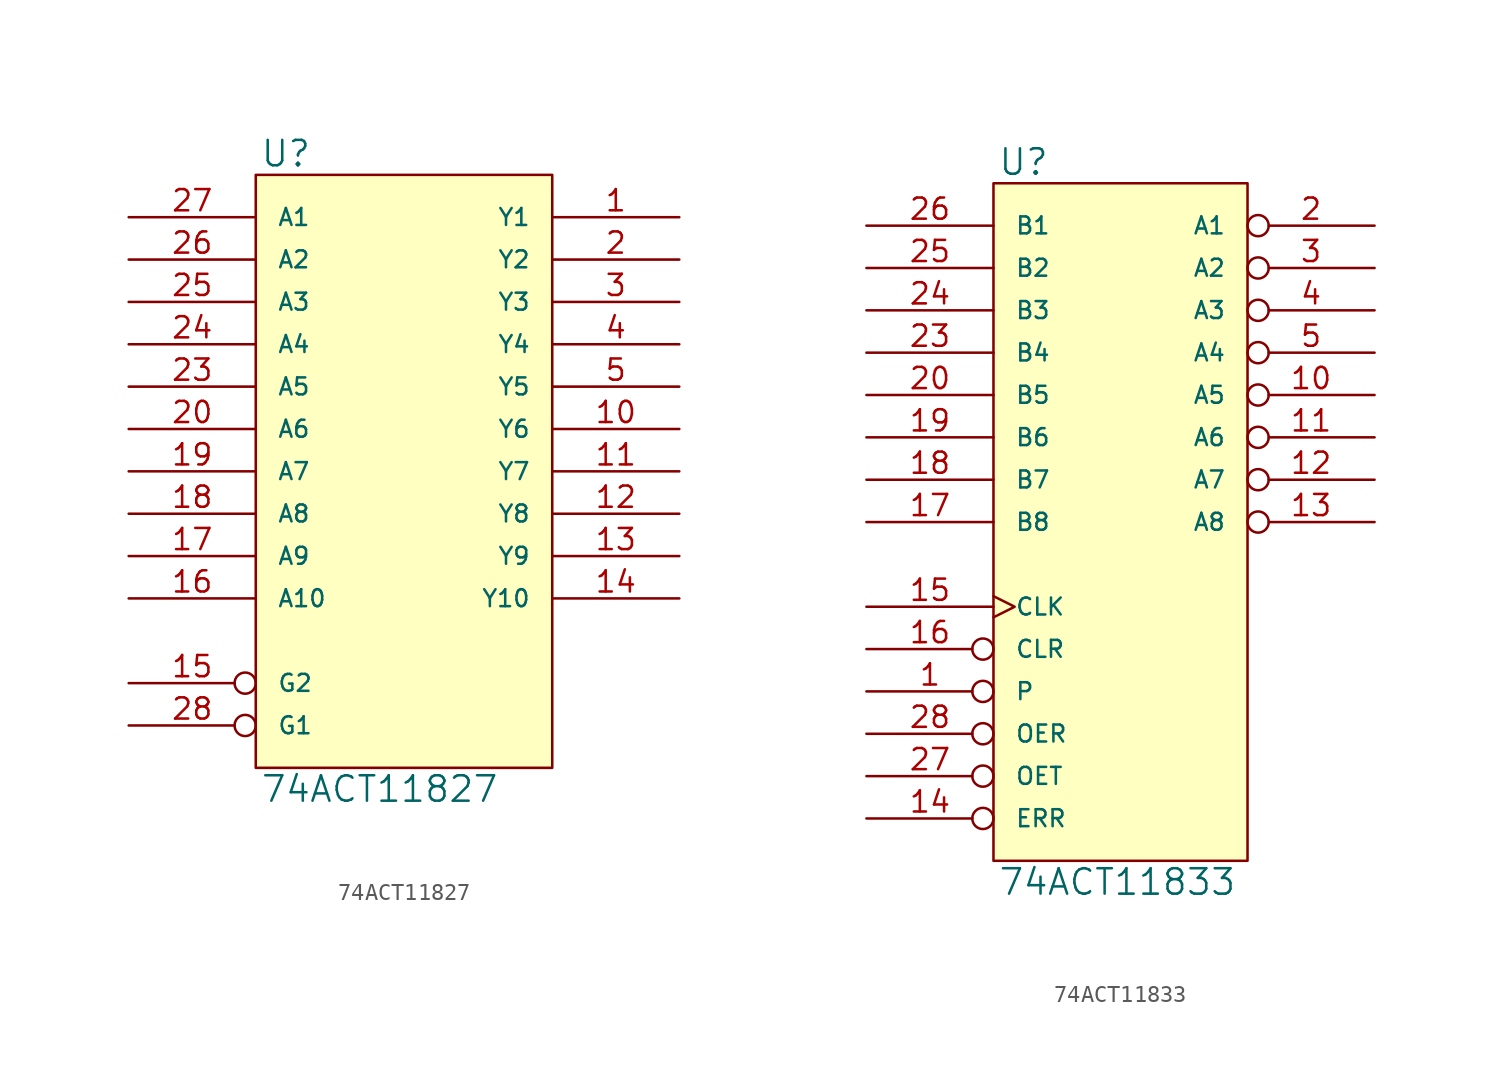
<source format=kicad_sym>
(kicad_symbol_lib
  (version 20231120)
  (generator "kicad_symbol_editor")
  (generator_version "8.0")
  (symbol "74ACT11827"
    (pin_names
      (offset 1.27))
    (property "Reference" "U"
      (at 0.254 0.381 0)
      (effects (font (size 1.524 1.524)) (justify left bottom)))
    (property "Value" "74ACT11827"
      (at 0.254 -35.941 0)
      (effects (font (size 1.524 1.524)) (justify left top)))
    (symbol "74ACT11827_0_1"
      (rectangle (start 0 0) (end 17.78 -35.56) (stroke (width 0) (type solid)) (fill (type background))))
    (symbol "74ACT11827_1_1"
      (pin tri_state line (at 25.4 -2.54 180) (length 7.62) (name "Y1" (effects (font (size 1.016 1.016)))) (number "1" (effects (font (size 1.27 1.27)))))
      (pin tri_state line (at 25.4 -15.24 180) (length 7.62) (name "Y6" (effects (font (size 1.016 1.016)))) (number "10" (effects (font (size 1.27 1.27)))))
      (pin tri_state line (at 25.4 -17.78 180) (length 7.62) (name "Y7" (effects (font (size 1.016 1.016)))) (number "11" (effects (font (size 1.27 1.27)))))
      (pin tri_state line (at 25.4 -20.32 180) (length 7.62) (name "Y8" (effects (font (size 1.016 1.016)))) (number "12" (effects (font (size 1.27 1.27)))))
      (pin tri_state line (at 25.4 -22.86 180) (length 7.62) (name "Y9" (effects (font (size 1.016 1.016)))) (number "13" (effects (font (size 1.27 1.27)))))
      (pin tri_state line (at 25.4 -25.4 180) (length 7.62) (name "Y10" (effects (font (size 1.016 1.016)))) (number "14" (effects (font (size 1.27 1.27)))))
      (pin input inverted (at -7.62 -30.48 0) (length 7.62) (name "G2" (effects (font (size 1.016 1.016)))) (number "15" (effects (font (size 1.27 1.27)))))
      (pin input line (at -7.62 -25.4 0) (length 7.62) (name "A10" (effects (font (size 1.016 1.016)))) (number "16" (effects (font (size 1.27 1.27)))))
      (pin input line (at -7.62 -22.86 0) (length 7.62) (name "A9" (effects (font (size 1.016 1.016)))) (number "17" (effects (font (size 1.27 1.27)))))
      (pin input line (at -7.62 -20.32 0) (length 7.62) (name "A8" (effects (font (size 1.016 1.016)))) (number "18" (effects (font (size 1.27 1.27)))))
      (pin input line (at -7.62 -17.78 0) (length 7.62) (name "A7" (effects (font (size 1.016 1.016)))) (number "19" (effects (font (size 1.27 1.27)))))
      (pin tri_state line (at 25.4 -5.08 180) (length 7.62) (name "Y2" (effects (font (size 1.016 1.016)))) (number "2" (effects (font (size 1.27 1.27)))))
      (pin input line (at -7.62 -15.24 0) (length 7.62) (name "A6" (effects (font (size 1.016 1.016)))) (number "20" (effects (font (size 1.27 1.27)))))
      (pin power_in line (at 2.54 0 270) (length 0) hide (name "VCC" (effects (font (size 1.016 1.016)))) (number "21" (effects (font (size 1.27 1.27)))))
      (pin power_in line (at 0 0 270) (length 0) hide (name "VCC" (effects (font (size 1.016 1.016)))) (number "22" (effects (font (size 1.27 1.27)))))
      (pin input line (at -7.62 -12.7 0) (length 7.62) (name "A5" (effects (font (size 1.016 1.016)))) (number "23" (effects (font (size 1.27 1.27)))))
      (pin input line (at -7.62 -10.16 0) (length 7.62) (name "A4" (effects (font (size 1.016 1.016)))) (number "24" (effects (font (size 1.27 1.27)))))
      (pin input line (at -7.62 -7.62 0) (length 7.62) (name "A3" (effects (font (size 1.016 1.016)))) (number "25" (effects (font (size 1.27 1.27)))))
      (pin input line (at -7.62 -5.08 0) (length 7.62) (name "A2" (effects (font (size 1.016 1.016)))) (number "26" (effects (font (size 1.27 1.27)))))
      (pin input line (at -7.62 -2.54 0) (length 7.62) (name "A1" (effects (font (size 1.016 1.016)))) (number "27" (effects (font (size 1.27 1.27)))))
      (pin input inverted (at -7.62 -33.02 0) (length 7.62) (name "G1" (effects (font (size 1.016 1.016)))) (number "28" (effects (font (size 1.27 1.27)))))
      (pin tri_state line (at 25.4 -7.62 180) (length 7.62) (name "Y3" (effects (font (size 1.016 1.016)))) (number "3" (effects (font (size 1.27 1.27)))))
      (pin tri_state line (at 25.4 -10.16 180) (length 7.62) (name "Y4" (effects (font (size 1.016 1.016)))) (number "4" (effects (font (size 1.27 1.27)))))
      (pin tri_state line (at 25.4 -12.7 180) (length 7.62) (name "Y5" (effects (font (size 1.016 1.016)))) (number "5" (effects (font (size 1.27 1.27)))))
      (pin power_in line (at 0 -35.56 90) (length 0) hide (name "GND" (effects (font (size 1.016 1.016)))) (number "6" (effects (font (size 1.27 1.27)))))
      (pin power_in line (at 2.54 -35.56 90) (length 0) hide (name "GND" (effects (font (size 1.016 1.016)))) (number "7" (effects (font (size 1.27 1.27)))))
      (pin power_in line (at 5.08 -35.56 90) (length 0) hide (name "GND" (effects (font (size 1.016 1.016)))) (number "8" (effects (font (size 1.27 1.27)))))
      (pin power_in line (at 7.62 -35.56 90) (length 0) hide (name "GND" (effects (font (size 1.016 1.016)))) (number "9" (effects (font (size 1.27 1.27)))))))
  (symbol "74ACT11833"
    (pin_names
      (offset 1.27))
    (property "Reference" "U"
      (at 0.254 0.381 0)
      (effects (font (size 1.524 1.524)) (justify left bottom)))
    (property "Value" "74ACT11833"
      (at 0.254 -41.021 0)
      (effects (font (size 1.524 1.524)) (justify left top)))
    (symbol "74ACT11833_0_1"
      (rectangle (start 0 0) (end 15.24 -40.64) (stroke (width 0) (type solid)) (fill (type background))))
    (symbol "74ACT11833_1_1"
      (pin input inverted (at -7.62 -30.48 0) (length 7.62) (name "P" (effects (font (size 1.016 1.016)))) (number "1" (effects (font (size 1.27 1.27)))))
      (pin tri_state inverted (at 22.86 -12.7 180) (length 7.62) (name "A5" (effects (font (size 1.016 1.016)))) (number "10" (effects (font (size 1.27 1.27)))))
      (pin tri_state inverted (at 22.86 -15.24 180) (length 7.62) (name "A6" (effects (font (size 1.016 1.016)))) (number "11" (effects (font (size 1.27 1.27)))))
      (pin tri_state inverted (at 22.86 -17.78 180) (length 7.62) (name "A7" (effects (font (size 1.016 1.016)))) (number "12" (effects (font (size 1.27 1.27)))))
      (pin tri_state inverted (at 22.86 -20.32 180) (length 7.62) (name "A8" (effects (font (size 1.016 1.016)))) (number "13" (effects (font (size 1.27 1.27)))))
      (pin input inverted (at -7.62 -38.1 0) (length 7.62) (name "ERR" (effects (font (size 1.016 1.016)))) (number "14" (effects (font (size 1.27 1.27)))))
      (pin input clock (at -7.62 -25.4 0) (length 7.62) (name "CLK" (effects (font (size 1.016 1.016)))) (number "15" (effects (font (size 1.27 1.27)))))
      (pin input inverted (at -7.62 -27.94 0) (length 7.62) (name "CLR" (effects (font (size 1.016 1.016)))) (number "16" (effects (font (size 1.27 1.27)))))
      (pin input line (at -7.62 -20.32 0) (length 7.62) (name "B8" (effects (font (size 1.016 1.016)))) (number "17" (effects (font (size 1.27 1.27)))))
      (pin input line (at -7.62 -17.78 0) (length 7.62) (name "B7" (effects (font (size 1.016 1.016)))) (number "18" (effects (font (size 1.27 1.27)))))
      (pin input line (at -7.62 -15.24 0) (length 7.62) (name "B6" (effects (font (size 1.016 1.016)))) (number "19" (effects (font (size 1.27 1.27)))))
      (pin tri_state inverted (at 22.86 -2.54 180) (length 7.62) (name "A1" (effects (font (size 1.016 1.016)))) (number "2" (effects (font (size 1.27 1.27)))))
      (pin input line (at -7.62 -12.7 0) (length 7.62) (name "B5" (effects (font (size 1.016 1.016)))) (number "20" (effects (font (size 1.27 1.27)))))
      (pin power_in line (at 2.54 0 270) (length 0) hide (name "VCC" (effects (font (size 1.016 1.016)))) (number "21" (effects (font (size 1.27 1.27)))))
      (pin power_in line (at 0 0 270) (length 0) hide (name "VCC" (effects (font (size 1.016 1.016)))) (number "22" (effects (font (size 1.27 1.27)))))
      (pin input line (at -7.62 -10.16 0) (length 7.62) (name "B4" (effects (font (size 1.016 1.016)))) (number "23" (effects (font (size 1.27 1.27)))))
      (pin input line (at -7.62 -7.62 0) (length 7.62) (name "B3" (effects (font (size 1.016 1.016)))) (number "24" (effects (font (size 1.27 1.27)))))
      (pin input line (at -7.62 -5.08 0) (length 7.62) (name "B2" (effects (font (size 1.016 1.016)))) (number "25" (effects (font (size 1.27 1.27)))))
      (pin input line (at -7.62 -2.54 0) (length 7.62) (name "B1" (effects (font (size 1.016 1.016)))) (number "26" (effects (font (size 1.27 1.27)))))
      (pin input inverted (at -7.62 -35.56 0) (length 7.62) (name "OET" (effects (font (size 1.016 1.016)))) (number "27" (effects (font (size 1.27 1.27)))))
      (pin input inverted (at -7.62 -33.02 0) (length 7.62) (name "OER" (effects (font (size 1.016 1.016)))) (number "28" (effects (font (size 1.27 1.27)))))
      (pin tri_state inverted (at 22.86 -5.08 180) (length 7.62) (name "A2" (effects (font (size 1.016 1.016)))) (number "3" (effects (font (size 1.27 1.27)))))
      (pin tri_state inverted (at 22.86 -7.62 180) (length 7.62) (name "A3" (effects (font (size 1.016 1.016)))) (number "4" (effects (font (size 1.27 1.27)))))
      (pin tri_state inverted (at 22.86 -10.16 180) (length 7.62) (name "A4" (effects (font (size 1.016 1.016)))) (number "5" (effects (font (size 1.27 1.27)))))
      (pin power_in line (at 0 -40.64 90) (length 0) hide (name "GND" (effects (font (size 1.016 1.016)))) (number "6" (effects (font (size 1.27 1.27)))))
      (pin power_in line (at 2.54 -40.64 90) (length 0) hide (name "GND" (effects (font (size 1.016 1.016)))) (number "7" (effects (font (size 1.27 1.27)))))
      (pin power_in line (at 5.08 -40.64 90) (length 0) hide (name "GND" (effects (font (size 1.016 1.016)))) (number "8" (effects (font (size 1.27 1.27)))))
      (pin power_in line (at 7.62 -40.64 90) (length 0) hide (name "GND" (effects (font (size 1.016 1.016)))) (number "9" (effects (font (size 1.27 1.27))))))))
</source>
